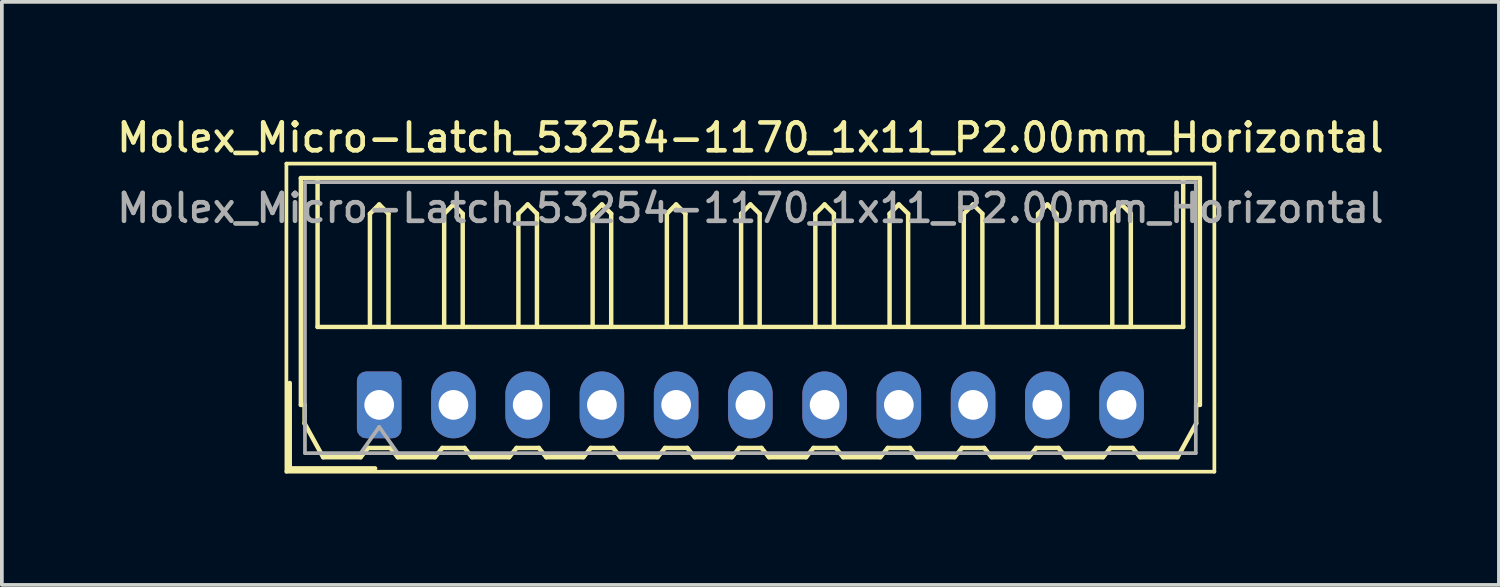
<source format=kicad_pcb>
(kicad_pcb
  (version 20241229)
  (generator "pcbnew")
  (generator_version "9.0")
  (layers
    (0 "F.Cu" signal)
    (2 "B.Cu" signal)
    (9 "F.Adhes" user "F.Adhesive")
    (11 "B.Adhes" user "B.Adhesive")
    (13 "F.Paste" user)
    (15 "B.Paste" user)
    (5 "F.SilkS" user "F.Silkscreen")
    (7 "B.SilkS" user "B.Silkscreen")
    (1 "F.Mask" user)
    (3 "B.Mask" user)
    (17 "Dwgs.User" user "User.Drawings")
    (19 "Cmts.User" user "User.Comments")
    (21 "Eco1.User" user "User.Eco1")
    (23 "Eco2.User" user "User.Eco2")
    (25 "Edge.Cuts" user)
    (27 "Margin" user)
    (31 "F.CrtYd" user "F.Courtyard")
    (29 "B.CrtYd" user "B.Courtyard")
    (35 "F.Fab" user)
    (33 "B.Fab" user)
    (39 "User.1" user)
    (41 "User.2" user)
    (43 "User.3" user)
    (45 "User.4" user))
  (footprint "Molex_Micro-Latch_53254-1170_1x11_P2.00mm_Horizontal"
    (layer "F.Cu")
    (at 7.166 7.858)
    (property "Reference" "Molex_Micro-Latch_53254-1170_1x11_P2.00mm_Horizontal" (at 10 -7.2 0) (layer "F.SilkS") (effects (font (size 0.75 0.75) (thickness 0.125))))
    (attr through_hole)
    (fp_line (start -2.5 -6.5) (end -2.5 1.8) (stroke (width 0.1) (type solid)) (layer "F.SilkS"))
    (fp_line (start -2.5 1.8) (end 22.5 1.8) (stroke (width 0.1) (type solid)) (layer "F.SilkS"))
    (fp_line (start -2.41 1.71) (end -2.41 -0.59) (stroke (width 0.12) (type solid)) (layer "F.SilkS"))
    (fp_line (start -2.11 -6.11) (end 10 -6.11) (stroke (width 0.12) (type solid)) (layer "F.SilkS"))
    (fp_line (start -2.11 0) (end -2.11 -6.11) (stroke (width 0.12) (type solid)) (layer "F.SilkS"))
    (fp_line (start -2.01 0) (end -2.11 0) (stroke (width 0.12) (type solid)) (layer "F.SilkS"))
    (fp_line (start -2.01 0.5) (end -2.01 0) (stroke (width 0.12) (type solid)) (layer "F.SilkS"))
    (fp_line (start -1.66 -6.11) (end -1.66 -2.1) (stroke (width 0.12) (type solid)) (layer "F.SilkS"))
    (fp_line (start -1.66 -2.1) (end 21.66 -2.1) (stroke (width 0.12) (type solid)) (layer "F.SilkS"))
    (fp_line (start -1.51 1.41) (end -2.01 0.5) (stroke (width 0.12) (type solid)) (layer "F.SilkS"))
    (fp_line (start -0.5 1.41) (end -1.51 1.41) (stroke (width 0.12) (type solid)) (layer "F.SilkS"))
    (fp_line (start -0.3 1.16) (end -0.5 1.41) (stroke (width 0.12) (type solid)) (layer "F.SilkS"))
    (fp_line (start -0.3 1.16) (end 0.3 1.16) (stroke (width 0.12) (type solid)) (layer "F.SilkS"))
    (fp_line (start -0.25 -5.15) (end 0 -5.4) (stroke (width 0.12) (type solid)) (layer "F.SilkS"))
    (fp_line (start -0.25 -2.1) (end -0.25 -5.15) (stroke (width 0.12) (type solid)) (layer "F.SilkS"))
    (fp_line (start -0.11 1.71) (end -2.41 1.71) (stroke (width 0.12) (type solid)) (layer "F.SilkS"))
    (fp_line (start 0 -5.4) (end 0.25 -5.15) (stroke (width 0.12) (type solid)) (layer "F.SilkS"))
    (fp_line (start 0.25 -5.15) (end 0.25 -2.1) (stroke (width 0.12) (type solid)) (layer "F.SilkS"))
    (fp_line (start 0.3 1.16) (end 0.5 1.41) (stroke (width 0.12) (type solid)) (layer "F.SilkS"))
    (fp_line (start 0.5 1.41) (end 1.5 1.41) (stroke (width 0.12) (type solid)) (layer "F.SilkS"))
    (fp_line (start 1.5 1.41) (end 1.7 1.16) (stroke (width 0.12) (type solid)) (layer "F.SilkS"))
    (fp_line (start 1.7 1.16) (end 2.3 1.16) (stroke (width 0.12) (type solid)) (layer "F.SilkS"))
    (fp_line (start 1.75 -5.15) (end 2 -5.4) (stroke (width 0.12) (type solid)) (layer "F.SilkS"))
    (fp_line (start 1.75 -2.1) (end 1.75 -5.15) (stroke (width 0.12) (type solid)) (layer "F.SilkS"))
    (fp_line (start 2 -5.4) (end 2.25 -5.15) (stroke (width 0.12) (type solid)) (layer "F.SilkS"))
    (fp_line (start 2.25 -5.15) (end 2.25 -2.1) (stroke (width 0.12) (type solid)) (layer "F.SilkS"))
    (fp_line (start 2.3 1.16) (end 2.5 1.41) (stroke (width 0.12) (type solid)) (layer "F.SilkS"))
    (fp_line (start 2.5 1.41) (end 3.5 1.41) (stroke (width 0.12) (type solid)) (layer "F.SilkS"))
    (fp_line (start 3.5 1.41) (end 3.7 1.16) (stroke (width 0.12) (type solid)) (layer "F.SilkS"))
    (fp_line (start 3.7 1.16) (end 4.3 1.16) (stroke (width 0.12) (type solid)) (layer "F.SilkS"))
    (fp_line (start 3.75 -5.15) (end 4 -5.4) (stroke (width 0.12) (type solid)) (layer "F.SilkS"))
    (fp_line (start 3.75 -2.1) (end 3.75 -5.15) (stroke (width 0.12) (type solid)) (layer "F.SilkS"))
    (fp_line (start 4 -5.4) (end 4.25 -5.15) (stroke (width 0.12) (type solid)) (layer "F.SilkS"))
    (fp_line (start 4.25 -5.15) (end 4.25 -2.1) (stroke (width 0.12) (type solid)) (layer "F.SilkS"))
    (fp_line (start 4.3 1.16) (end 4.5 1.41) (stroke (width 0.12) (type solid)) (layer "F.SilkS"))
    (fp_line (start 4.5 1.41) (end 5.5 1.41) (stroke (width 0.12) (type solid)) (layer "F.SilkS"))
    (fp_line (start 5.5 1.41) (end 5.7 1.16) (stroke (width 0.12) (type solid)) (layer "F.SilkS"))
    (fp_line (start 5.7 1.16) (end 6.3 1.16) (stroke (width 0.12) (type solid)) (layer "F.SilkS"))
    (fp_line (start 5.75 -5.15) (end 6 -5.4) (stroke (width 0.12) (type solid)) (layer "F.SilkS"))
    (fp_line (start 5.75 -2.1) (end 5.75 -5.15) (stroke (width 0.12) (type solid)) (layer "F.SilkS"))
    (fp_line (start 6 -5.4) (end 6.25 -5.15) (stroke (width 0.12) (type solid)) (layer "F.SilkS"))
    (fp_line (start 6.25 -5.15) (end 6.25 -2.1) (stroke (width 0.12) (type solid)) (layer "F.SilkS"))
    (fp_line (start 6.3 1.16) (end 6.5 1.41) (stroke (width 0.12) (type solid)) (layer "F.SilkS"))
    (fp_line (start 6.5 1.41) (end 7.5 1.41) (stroke (width 0.12) (type solid)) (layer "F.SilkS"))
    (fp_line (start 7.5 1.41) (end 7.7 1.16) (stroke (width 0.12) (type solid)) (layer "F.SilkS"))
    (fp_line (start 7.7 1.16) (end 8.3 1.16) (stroke (width 0.12) (type solid)) (layer "F.SilkS"))
    (fp_line (start 7.75 -5.15) (end 8 -5.4) (stroke (width 0.12) (type solid)) (layer "F.SilkS"))
    (fp_line (start 7.75 -2.1) (end 7.75 -5.15) (stroke (width 0.12) (type solid)) (layer "F.SilkS"))
    (fp_line (start 8 -5.4) (end 8.25 -5.15) (stroke (width 0.12) (type solid)) (layer "F.SilkS"))
    (fp_line (start 8.25 -5.15) (end 8.25 -2.1) (stroke (width 0.12) (type solid)) (layer "F.SilkS"))
    (fp_line (start 8.3 1.16) (end 8.5 1.41) (stroke (width 0.12) (type solid)) (layer "F.SilkS"))
    (fp_line (start 8.5 1.41) (end 9.5 1.41) (stroke (width 0.12) (type solid)) (layer "F.SilkS"))
    (fp_line (start 9.5 1.41) (end 9.7 1.16) (stroke (width 0.12) (type solid)) (layer "F.SilkS"))
    (fp_line (start 9.7 1.16) (end 10.3 1.16) (stroke (width 0.12) (type solid)) (layer "F.SilkS"))
    (fp_line (start 9.75 -5.15) (end 10 -5.4) (stroke (width 0.12) (type solid)) (layer "F.SilkS"))
    (fp_line (start 9.75 -2.1) (end 9.75 -5.15) (stroke (width 0.12) (type solid)) (layer "F.SilkS"))
    (fp_line (start 10 -5.4) (end 10.25 -5.15) (stroke (width 0.12) (type solid)) (layer "F.SilkS"))
    (fp_line (start 10.25 -5.15) (end 10.25 -2.1) (stroke (width 0.12) (type solid)) (layer "F.SilkS"))
    (fp_line (start 10.3 1.16) (end 10.5 1.41) (stroke (width 0.12) (type solid)) (layer "F.SilkS"))
    (fp_line (start 10.5 1.41) (end 11.5 1.41) (stroke (width 0.12) (type solid)) (layer "F.SilkS"))
    (fp_line (start 11.5 1.41) (end 11.7 1.16) (stroke (width 0.12) (type solid)) (layer "F.SilkS"))
    (fp_line (start 11.7 1.16) (end 12.3 1.16) (stroke (width 0.12) (type solid)) (layer "F.SilkS"))
    (fp_line (start 11.75 -5.15) (end 12 -5.4) (stroke (width 0.12) (type solid)) (layer "F.SilkS"))
    (fp_line (start 11.75 -2.1) (end 11.75 -5.15) (stroke (width 0.12) (type solid)) (layer "F.SilkS"))
    (fp_line (start 12 -5.4) (end 12.25 -5.15) (stroke (width 0.12) (type solid)) (layer "F.SilkS"))
    (fp_line (start 12.25 -5.15) (end 12.25 -2.1) (stroke (width 0.12) (type solid)) (layer "F.SilkS"))
    (fp_line (start 12.3 1.16) (end 12.5 1.41) (stroke (width 0.12) (type solid)) (layer "F.SilkS"))
    (fp_line (start 12.5 1.41) (end 13.5 1.41) (stroke (width 0.12) (type solid)) (layer "F.SilkS"))
    (fp_line (start 13.5 1.41) (end 13.7 1.16) (stroke (width 0.12) (type solid)) (layer "F.SilkS"))
    (fp_line (start 13.7 1.16) (end 14.3 1.16) (stroke (width 0.12) (type solid)) (layer "F.SilkS"))
    (fp_line (start 13.75 -5.15) (end 14 -5.4) (stroke (width 0.12) (type solid)) (layer "F.SilkS"))
    (fp_line (start 13.75 -2.1) (end 13.75 -5.15) (stroke (width 0.12) (type solid)) (layer "F.SilkS"))
    (fp_line (start 14 -5.4) (end 14.25 -5.15) (stroke (width 0.12) (type solid)) (layer "F.SilkS"))
    (fp_line (start 14.25 -5.15) (end 14.25 -2.1) (stroke (width 0.12) (type solid)) (layer "F.SilkS"))
    (fp_line (start 14.3 1.16) (end 14.5 1.41) (stroke (width 0.12) (type solid)) (layer "F.SilkS"))
    (fp_line (start 14.5 1.41) (end 15.5 1.41) (stroke (width 0.12) (type solid)) (layer "F.SilkS"))
    (fp_line (start 15.5 1.41) (end 15.7 1.16) (stroke (width 0.12) (type solid)) (layer "F.SilkS"))
    (fp_line (start 15.7 1.16) (end 16.3 1.16) (stroke (width 0.12) (type solid)) (layer "F.SilkS"))
    (fp_line (start 15.75 -5.15) (end 16 -5.4) (stroke (width 0.12) (type solid)) (layer "F.SilkS"))
    (fp_line (start 15.75 -2.1) (end 15.75 -5.15) (stroke (width 0.12) (type solid)) (layer "F.SilkS"))
    (fp_line (start 16 -5.4) (end 16.25 -5.15) (stroke (width 0.12) (type solid)) (layer "F.SilkS"))
    (fp_line (start 16.25 -5.15) (end 16.25 -2.1) (stroke (width 0.12) (type solid)) (layer "F.SilkS"))
    (fp_line (start 16.3 1.16) (end 16.5 1.41) (stroke (width 0.12) (type solid)) (layer "F.SilkS"))
    (fp_line (start 16.5 1.41) (end 17.5 1.41) (stroke (width 0.12) (type solid)) (layer "F.SilkS"))
    (fp_line (start 17.5 1.41) (end 17.7 1.16) (stroke (width 0.12) (type solid)) (layer "F.SilkS"))
    (fp_line (start 17.7 1.16) (end 18.3 1.16) (stroke (width 0.12) (type solid)) (layer "F.SilkS"))
    (fp_line (start 17.75 -5.15) (end 18 -5.4) (stroke (width 0.12) (type solid)) (layer "F.SilkS"))
    (fp_line (start 17.75 -2.1) (end 17.75 -5.15) (stroke (width 0.12) (type solid)) (layer "F.SilkS"))
    (fp_line (start 18 -5.4) (end 18.25 -5.15) (stroke (width 0.12) (type solid)) (layer "F.SilkS"))
    (fp_line (start 18.25 -5.15) (end 18.25 -2.1) (stroke (width 0.12) (type solid)) (layer "F.SilkS"))
    (fp_line (start 18.3 1.16) (end 18.5 1.41) (stroke (width 0.12) (type solid)) (layer "F.SilkS"))
    (fp_line (start 18.5 1.41) (end 19.5 1.41) (stroke (width 0.12) (type solid)) (layer "F.SilkS"))
    (fp_line (start 19.5 1.41) (end 19.7 1.16) (stroke (width 0.12) (type solid)) (layer "F.SilkS"))
    (fp_line (start 19.7 1.16) (end 20.3 1.16) (stroke (width 0.12) (type solid)) (layer "F.SilkS"))
    (fp_line (start 19.75 -5.15) (end 20 -5.4) (stroke (width 0.12) (type solid)) (layer "F.SilkS"))
    (fp_line (start 19.75 -2.1) (end 19.75 -5.15) (stroke (width 0.12) (type solid)) (layer "F.SilkS"))
    (fp_line (start 20 -5.4) (end 20.25 -5.15) (stroke (width 0.12) (type solid)) (layer "F.SilkS"))
    (fp_line (start 20.25 -5.15) (end 20.25 -2.1) (stroke (width 0.12) (type solid)) (layer "F.SilkS"))
    (fp_line (start 20.3 1.16) (end 20.5 1.41) (stroke (width 0.12) (type solid)) (layer "F.SilkS"))
    (fp_line (start 20.5 1.41) (end 21.51 1.41) (stroke (width 0.12) (type solid)) (layer "F.SilkS"))
    (fp_line (start 21.51 1.41) (end 22.01 0.5) (stroke (width 0.12) (type solid)) (layer "F.SilkS"))
    (fp_line (start 21.66 -2.1) (end 21.66 -6.11) (stroke (width 0.12) (type solid)) (layer "F.SilkS"))
    (fp_line (start 22.01 0) (end 22.11 0) (stroke (width 0.12) (type solid)) (layer "F.SilkS"))
    (fp_line (start 22.01 0.5) (end 22.01 0) (stroke (width 0.12) (type solid)) (layer "F.SilkS"))
    (fp_line (start 22.11 -6.11) (end 10 -6.11) (stroke (width 0.12) (type solid)) (layer "F.SilkS"))
    (fp_line (start 22.11 0) (end 22.11 -6.11) (stroke (width 0.12) (type solid)) (layer "F.SilkS"))
    (fp_line (start 22.5 -6.5) (end -2.5 -6.5) (stroke (width 0.1) (type solid)) (layer "F.SilkS"))
    (fp_line (start 22.5 1.8) (end 22.5 -6.5) (stroke (width 0.1) (type solid)) (layer "F.SilkS"))
    (fp_line (start -2 -6) (end -2 1.3) (stroke (width 0.1) (type solid)) (layer "F.Fab"))
    (fp_line (start -2 1.3) (end 22 1.3) (stroke (width 0.1) (type solid)) (layer "F.Fab"))
    (fp_line (start -0.5 1.3) (end 0 0.593) (stroke (width 0.1) (type solid)) (layer "F.Fab"))
    (fp_line (start 0 0.593) (end 0.5 1.3) (stroke (width 0.1) (type solid)) (layer "F.Fab"))
    (fp_line (start 22 -6) (end -2 -6) (stroke (width 0.1) (type solid)) (layer "F.Fab"))
    (fp_line (start 22 1.3) (end 22 -6) (stroke (width 0.1) (type solid)) (layer "F.Fab"))
    (fp_text user "${REFERENCE}" (at 10 -5.3 0) (layer "F.Fab") (effects (font (size 0.75 0.75) (thickness 0.125))))
    (pad "1" thru_hole roundrect (at 0 0) (size 1.2 1.8) (drill 0.8) (layers "*.Cu" "*.Mask") (roundrect_rratio 0.208))
    (pad "2" thru_hole oval (at 2 0) (size 1.2 1.8) (drill 0.8) (layers "*.Cu" "*.Mask"))
    (pad "3" thru_hole oval (at 4 0) (size 1.2 1.8) (drill 0.8) (layers "*.Cu" "*.Mask"))
    (pad "4" thru_hole oval (at 6 0) (size 1.2 1.8) (drill 0.8) (layers "*.Cu" "*.Mask"))
    (pad "5" thru_hole oval (at 8 0) (size 1.2 1.8) (drill 0.8) (layers "*.Cu" "*.Mask"))
    (pad "6" thru_hole oval (at 10 0) (size 1.2 1.8) (drill 0.8) (layers "*.Cu" "*.Mask"))
    (pad "7" thru_hole oval (at 12 0) (size 1.2 1.8) (drill 0.8) (layers "*.Cu" "*.Mask"))
    (pad "8" thru_hole oval (at 14 0) (size 1.2 1.8) (drill 0.8) (layers "*.Cu" "*.Mask"))
    (pad "9" thru_hole oval (at 16 0) (size 1.2 1.8) (drill 0.8) (layers "*.Cu" "*.Mask"))
    (pad "10" thru_hole oval (at 18 0) (size 1.2 1.8) (drill 0.8) (layers "*.Cu" "*.Mask"))
    (pad "11" thru_hole oval (at 20 0) (size 1.2 1.8) (drill 0.8) (layers "*.Cu" "*.Mask")))
  (gr_rect
    (start -3 -3)
    (end 37.332 12.708)
    (stroke (width 0.1) (type default))
    (fill no)
    (layer "Edge.Cuts")))
</source>
